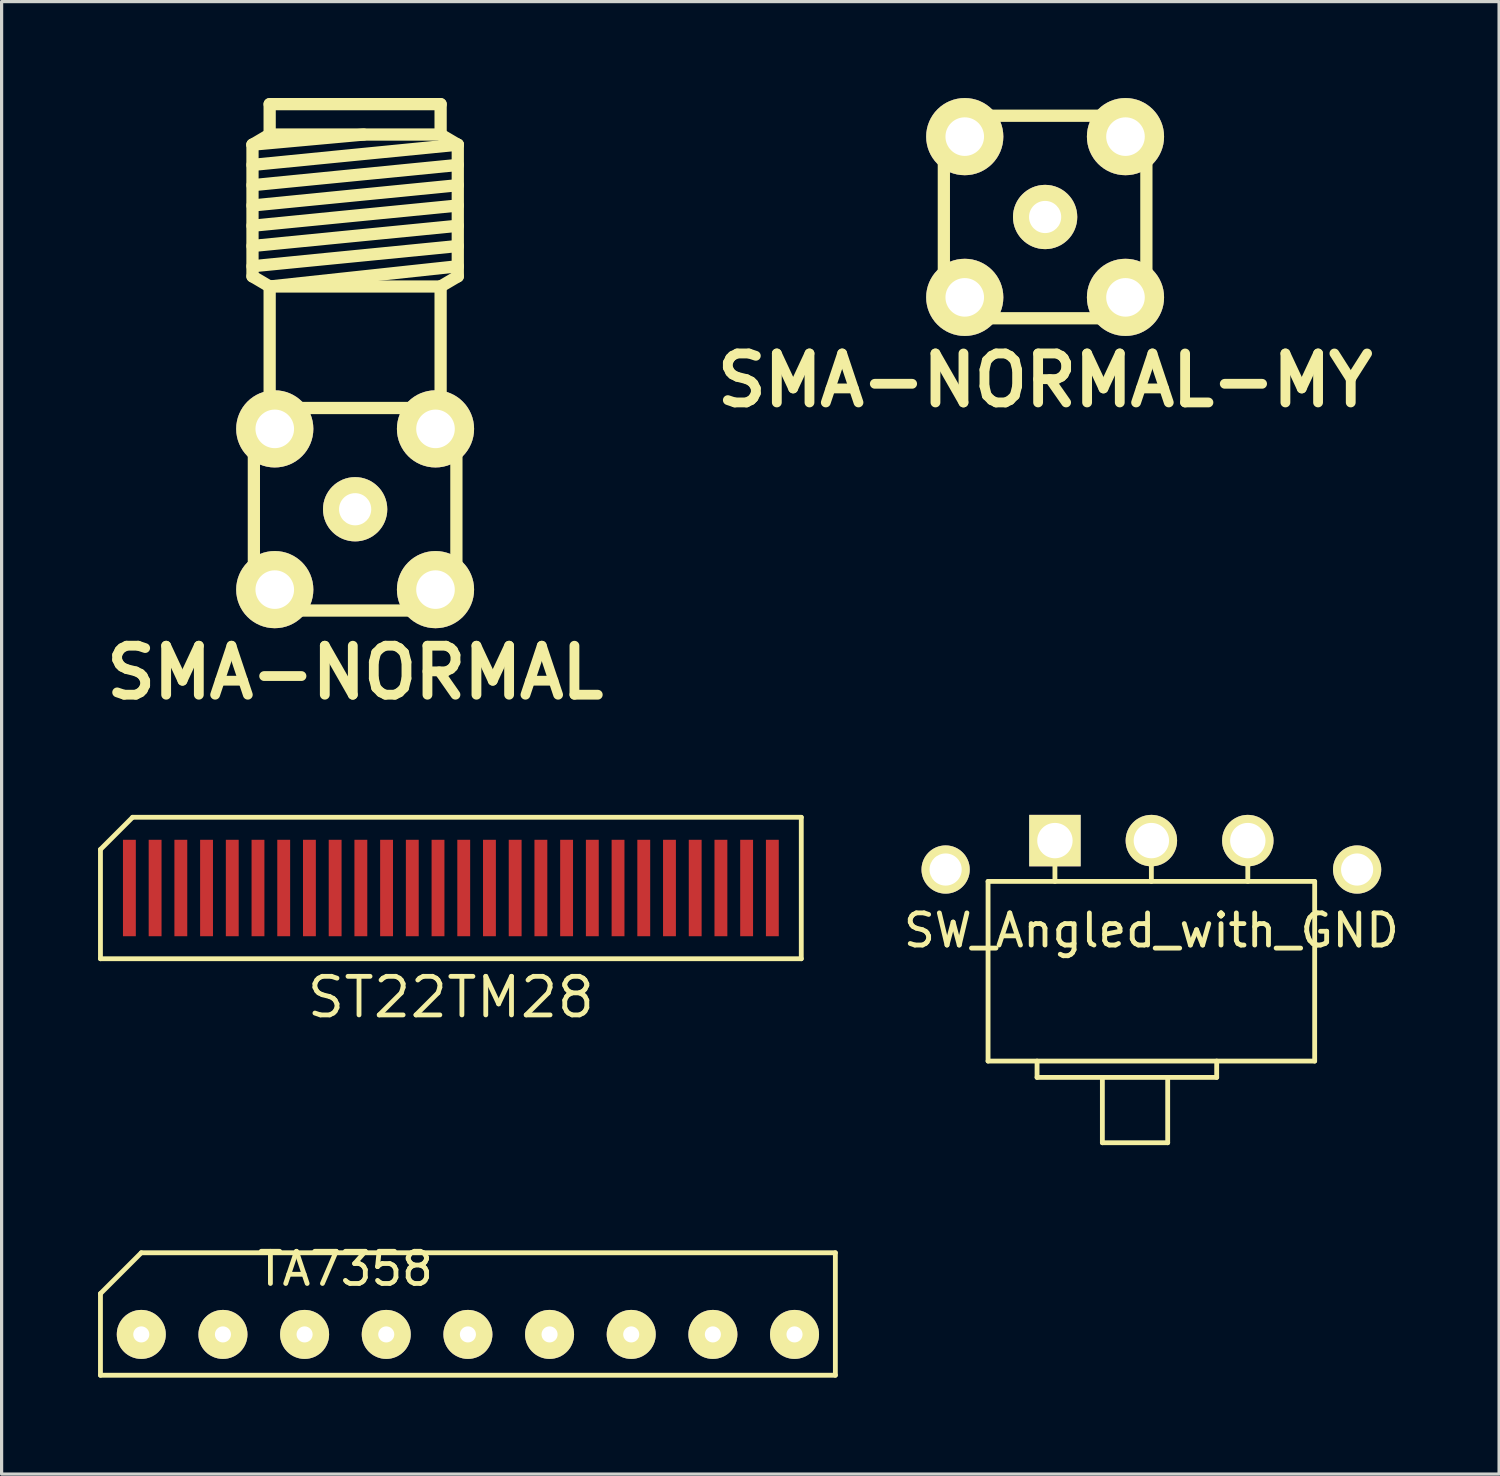
<source format=kicad_pcb>
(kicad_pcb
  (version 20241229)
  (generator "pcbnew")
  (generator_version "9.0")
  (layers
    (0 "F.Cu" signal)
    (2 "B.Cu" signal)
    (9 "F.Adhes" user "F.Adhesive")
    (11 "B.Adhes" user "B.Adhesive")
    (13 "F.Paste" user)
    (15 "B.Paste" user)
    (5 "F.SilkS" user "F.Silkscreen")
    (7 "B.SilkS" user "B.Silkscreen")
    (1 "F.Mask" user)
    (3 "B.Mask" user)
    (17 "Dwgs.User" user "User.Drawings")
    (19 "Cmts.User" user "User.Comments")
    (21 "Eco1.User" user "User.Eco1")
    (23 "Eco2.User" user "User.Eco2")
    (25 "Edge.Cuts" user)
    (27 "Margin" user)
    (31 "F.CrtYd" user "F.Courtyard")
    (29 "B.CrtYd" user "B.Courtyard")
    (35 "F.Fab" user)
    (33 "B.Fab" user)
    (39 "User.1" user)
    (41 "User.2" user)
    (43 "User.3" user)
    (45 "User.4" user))
  (footprint "SMA-NORMAL"
    (layer "F.Cu")
    (at 7.997 12.791)
    (property "Reference" "SMA-NORMAL" (at 0 5.08 0) (layer "F.SilkS") (effects (font (size 1.524 1.524) (thickness 0.305))))
    (attr through_hole)
    (fp_line (start -3.193 -11.341) (end -2.659 -11.656) (stroke (width 0.381) (type solid)) (layer "F.SilkS"))
    (fp_line (start -3.193 -11.341) (end 0.267 -11.656) (stroke (width 0.381) (type solid)) (layer "F.SilkS"))
    (fp_line (start -3.193 -10.711) (end 3.193 -11.341) (stroke (width 0.381) (type solid)) (layer "F.SilkS"))
    (fp_line (start -3.193 -10.081) (end 3.193 -10.711) (stroke (width 0.381) (type solid)) (layer "F.SilkS"))
    (fp_line (start -3.193 -9.449) (end 3.193 -10.081) (stroke (width 0.381) (type solid)) (layer "F.SilkS"))
    (fp_line (start -3.193 -8.819) (end 3.193 -9.449) (stroke (width 0.381) (type solid)) (layer "F.SilkS"))
    (fp_line (start -3.193 -8.189) (end 3.193 -8.819) (stroke (width 0.381) (type solid)) (layer "F.SilkS"))
    (fp_line (start -3.193 -7.559) (end 3.193 -8.189) (stroke (width 0.381) (type solid)) (layer "F.SilkS"))
    (fp_line (start -3.193 -7.244) (end -3.193 -11.341) (stroke (width 0.381) (type solid)) (layer "F.SilkS"))
    (fp_line (start -3.15 -3.15) (end 3.15 -3.15) (stroke (width 0.381) (type solid)) (layer "F.SilkS"))
    (fp_line (start -3.15 3.15) (end -3.15 -3.15) (stroke (width 0.381) (type solid)) (layer "F.SilkS"))
    (fp_line (start -2.659 -11.656) (end -2.659 -12.601) (stroke (width 0.381) (type solid)) (layer "F.SilkS"))
    (fp_line (start -2.659 -11.656) (end 2.659 -11.656) (stroke (width 0.381) (type solid)) (layer "F.SilkS"))
    (fp_line (start -2.659 -6.929) (end -3.193 -7.244) (stroke (width 0.381) (type solid)) (layer "F.SilkS"))
    (fp_line (start -2.659 -3.15) (end -2.659 -6.929) (stroke (width 0.381) (type solid)) (layer "F.SilkS"))
    (fp_line (start 2.659 -12.601) (end -2.659 -12.601) (stroke (width 0.381) (type solid)) (layer "F.SilkS"))
    (fp_line (start 2.659 -11.656) (end 2.659 -12.601) (stroke (width 0.381) (type solid)) (layer "F.SilkS"))
    (fp_line (start 2.659 -11.656) (end 3.193 -11.341) (stroke (width 0.381) (type solid)) (layer "F.SilkS"))
    (fp_line (start 2.659 -6.929) (end -2.659 -6.929) (stroke (width 0.381) (type solid)) (layer "F.SilkS"))
    (fp_line (start 2.659 -3.15) (end 2.659 -6.929) (stroke (width 0.381) (type solid)) (layer "F.SilkS"))
    (fp_line (start 3.15 -3.15) (end 3.15 3.15) (stroke (width 0.381) (type solid)) (layer "F.SilkS"))
    (fp_line (start 3.15 3.15) (end -3.15 3.15) (stroke (width 0.381) (type solid)) (layer "F.SilkS"))
    (fp_line (start 3.193 -11.341) (end 3.193 -7.244) (stroke (width 0.381) (type solid)) (layer "F.SilkS"))
    (fp_line (start 3.193 -7.559) (end -2.659 -6.929) (stroke (width 0.381) (type solid)) (layer "F.SilkS"))
    (fp_line (start 3.193 -7.244) (end 2.659 -6.929) (stroke (width 0.381) (type solid)) (layer "F.SilkS"))
    (pad "1" thru_hole circle (at 0 0) (size 1.999 1.999) (drill 1.001) (layers "*.Cu" "*.Mask" "F.SilkS"))
    (pad "2" thru_hole circle (at -2.5 -2.5) (size 2.4 2.4) (drill 1.2) (layers "*.Cu" "*.Mask" "F.SilkS"))
    (pad "2" thru_hole circle (at -2.5 2.5) (size 2.4 2.4) (drill 1.2) (layers "*.Cu" "*.Mask" "F.SilkS"))
    (pad "2" thru_hole circle (at 2.5 -2.5) (size 2.4 2.4) (drill 1.2) (layers "*.Cu" "*.Mask" "F.SilkS"))
    (pad "2" thru_hole circle (at 2.5 2.5) (size 2.4 2.4) (drill 1.2) (layers "*.Cu" "*.Mask" "F.SilkS")))
  (footprint "SMA-NORMAL-MY"
    (layer "F.Cu")
    (at 29.46 3.7)
    (property "Reference" "SMA-NORMAL-MY" (at 0 5.08 0) (layer "F.SilkS") (effects (font (size 1.524 1.524) (thickness 0.305))))
    (attr through_hole)
    (fp_line (start -3.15 -3.15) (end 3.15 -3.15) (stroke (width 0.381) (type solid)) (layer "F.SilkS"))
    (fp_line (start -3.15 3.15) (end -3.15 -3.15) (stroke (width 0.381) (type solid)) (layer "F.SilkS"))
    (fp_line (start 3.15 -3.15) (end 3.15 3.15) (stroke (width 0.381) (type solid)) (layer "F.SilkS"))
    (fp_line (start 3.15 3.15) (end -3.15 3.15) (stroke (width 0.381) (type solid)) (layer "F.SilkS"))
    (pad "1" thru_hole circle (at 0 0) (size 1.999 1.999) (drill 1.001) (layers "*.Cu" "*.Mask" "F.SilkS"))
    (pad "2" thru_hole circle (at -2.5 -2.5) (size 2.4 2.4) (drill 1.2) (layers "*.Cu" "*.Mask" "F.SilkS"))
    (pad "2" thru_hole circle (at -2.5 2.5) (size 2.4 2.4) (drill 1.2) (layers "*.Cu" "*.Mask" "F.SilkS"))
    (pad "2" thru_hole circle (at 2.5 -2.5) (size 2.4 2.4) (drill 1.2) (layers "*.Cu" "*.Mask" "F.SilkS"))
    (pad "2" thru_hole circle (at 2.5 2.5) (size 2.4 2.4) (drill 1.2) (layers "*.Cu" "*.Mask" "F.SilkS")))
  (footprint "ST22TM28"
    (layer "F.Cu")
    (at 10.975 24.573)
    (property "Reference" "ST22TM28" (at 0 3.4 0) (layer "F.SilkS") (effects (font (size 1.2 1.2) (thickness 0.15))))
    (attr through_hole)
    (fp_line (start -10.9 -1.2) (end -10.9 2.2) (stroke (width 0.15) (type solid)) (layer "F.SilkS"))
    (fp_line (start -10.9 2.2) (end 10.9 2.2) (stroke (width 0.15) (type solid)) (layer "F.SilkS"))
    (fp_line (start -9.9 -2.2) (end -10.9 -1.2) (stroke (width 0.15) (type solid)) (layer "F.SilkS"))
    (fp_line (start 10.9 -2.2) (end -9.9 -2.2) (stroke (width 0.15) (type solid)) (layer "F.SilkS"))
    (fp_line (start 10.9 2.2) (end 10.9 -2.2) (stroke (width 0.15) (type solid)) (layer "F.SilkS"))
    (pad "1" smd rect (at -10 0) (size 0.4 3) (layers "F.Cu" "F.Mask" "F.Paste"))
    (pad "2" smd rect (at -9.2 0) (size 0.4 3) (layers "F.Cu" "F.Mask" "F.Paste"))
    (pad "3" smd rect (at -8.4 0) (size 0.4 3) (layers "F.Cu" "F.Mask" "F.Paste"))
    (pad "4" smd rect (at -7.6 0) (size 0.4 3) (layers "F.Cu" "F.Mask" "F.Paste"))
    (pad "5" smd rect (at -6.8 0) (size 0.4 3) (layers "F.Cu" "F.Mask" "F.Paste"))
    (pad "6" smd rect (at -6 0) (size 0.4 3) (layers "F.Cu" "F.Mask" "F.Paste"))
    (pad "7" smd rect (at -5.2 0) (size 0.4 3) (layers "F.Cu" "F.Mask" "F.Paste"))
    (pad "8" smd rect (at -4.4 0) (size 0.4 3) (layers "F.Cu" "F.Mask" "F.Paste"))
    (pad "9" smd rect (at -3.6 0) (size 0.4 3) (layers "F.Cu" "F.Mask" "F.Paste"))
    (pad "10" smd rect (at -2.8 0) (size 0.4 3) (layers "F.Cu" "F.Mask" "F.Paste"))
    (pad "11" smd rect (at -2 0) (size 0.4 3) (layers "F.Cu" "F.Mask" "F.Paste"))
    (pad "12" smd rect (at -1.2 0) (size 0.4 3) (layers "F.Cu" "F.Mask" "F.Paste"))
    (pad "13" smd rect (at -0.4 0) (size 0.4 3) (layers "F.Cu" "F.Mask" "F.Paste"))
    (pad "14" smd rect (at 0.4 0) (size 0.4 3) (layers "F.Cu" "F.Mask" "F.Paste"))
    (pad "15" smd rect (at 1.2 0) (size 0.4 3) (layers "F.Cu" "F.Mask" "F.Paste"))
    (pad "16" smd rect (at 2 0) (size 0.4 3) (layers "F.Cu" "F.Mask" "F.Paste"))
    (pad "17" smd rect (at 2.8 0) (size 0.4 3) (layers "F.Cu" "F.Mask" "F.Paste"))
    (pad "18" smd rect (at 3.6 0) (size 0.4 3) (layers "F.Cu" "F.Mask" "F.Paste"))
    (pad "19" smd rect (at 4.4 0) (size 0.4 3) (layers "F.Cu" "F.Mask" "F.Paste"))
    (pad "20" smd rect (at 5.2 0) (size 0.4 3) (layers "F.Cu" "F.Mask" "F.Paste"))
    (pad "21" smd rect (at 6 0) (size 0.4 3) (layers "F.Cu" "F.Mask" "F.Paste"))
    (pad "22" smd rect (at 6.8 0) (size 0.4 3) (layers "F.Cu" "F.Mask" "F.Paste"))
    (pad "23" smd rect (at 7.6 0) (size 0.4 3) (layers "F.Cu" "F.Mask" "F.Paste"))
    (pad "24" smd rect (at 8.4 0) (size 0.4 3) (layers "F.Cu" "F.Mask" "F.Paste"))
    (pad "25" smd rect (at 9.2 0) (size 0.4 3) (layers "F.Cu" "F.Mask" "F.Paste"))
    (pad "26" smd rect (at 10 0) (size 0.4 3) (layers "F.Cu" "F.Mask" "F.Paste")))
  (footprint "TA7358"
    (layer "F.Cu")
    (at 8.965 38.459)
    (property "Reference" "TA7358" (at -1.27 -2.04 0) (layer "F.SilkS") (effects (font (size 1 1) (thickness 0.15))))
    (attr through_hole)
    (fp_line (start -8.89 -1.27) (end -7.62 -2.54) (stroke (width 0.15) (type solid)) (layer "F.SilkS"))
    (fp_line (start -8.89 1.27) (end -8.89 -1.27) (stroke (width 0.15) (type solid)) (layer "F.SilkS"))
    (fp_line (start -7.62 -2.54) (end 13.97 -2.54) (stroke (width 0.15) (type solid)) (layer "F.SilkS"))
    (fp_line (start 13.97 -2.54) (end 13.97 1.27) (stroke (width 0.15) (type solid)) (layer "F.SilkS"))
    (fp_line (start 13.97 1.27) (end -8.89 1.27) (stroke (width 0.15) (type solid)) (layer "F.SilkS"))
    (pad "1" thru_hole circle (at -7.62 0) (size 1.524 1.524) (drill 0.5) (layers "*.Cu" "*.Mask" "F.SilkS"))
    (pad "2" thru_hole circle (at -5.08 0) (size 1.524 1.524) (drill 0.5) (layers "*.Cu" "*.Mask" "F.SilkS"))
    (pad "3" thru_hole circle (at -2.54 0) (size 1.524 1.524) (drill 0.5) (layers "*.Cu" "*.Mask" "F.SilkS"))
    (pad "4" thru_hole circle (at 0 0) (size 1.524 1.524) (drill 0.5) (layers "*.Cu" "*.Mask" "F.SilkS"))
    (pad "5" thru_hole circle (at 2.54 0) (size 1.524 1.524) (drill 0.5) (layers "*.Cu" "*.Mask" "F.SilkS"))
    (pad "6" thru_hole circle (at 5.08 0) (size 1.524 1.524) (drill 0.5) (layers "*.Cu" "*.Mask" "F.SilkS"))
    (pad "7" thru_hole circle (at 7.62 0) (size 1.524 1.524) (drill 0.5) (layers "*.Cu" "*.Mask" "F.SilkS"))
    (pad "8" thru_hole circle (at 10.16 0) (size 1.524 1.524) (drill 0.5) (layers "*.Cu" "*.Mask" "F.SilkS"))
    (pad "9" thru_hole circle (at 12.7 0) (size 1.524 1.524) (drill 0.5) (layers "*.Cu" "*.Mask" "F.SilkS")))
  (footprint "SW_Angled_with_GND"
    (layer "F.Cu")
    (at 32.765 23.098)
    (property "Reference" "SW_Angled_with_GND" (at 0 2.794 0) (layer "F.SilkS") (effects (font (size 1 1) (thickness 0.15))))
    (attr through_hole)
    (fp_line (start -5.08 1.27) (end -5.08 6.858) (stroke (width 0.15) (type solid)) (layer "F.SilkS"))
    (fp_line (start -5.08 1.27) (end 5.08 1.27) (stroke (width 0.15) (type solid)) (layer "F.SilkS"))
    (fp_line (start -3.556 6.858) (end -3.556 7.366) (stroke (width 0.15) (type solid)) (layer "F.SilkS"))
    (fp_line (start -3.556 7.366) (end 2.032 7.366) (stroke (width 0.15) (type solid)) (layer "F.SilkS"))
    (fp_line (start -3 0) (end -3 1.27) (stroke (width 0.15) (type solid)) (layer "F.SilkS"))
    (fp_line (start -1.524 7.366) (end -1.524 9.398) (stroke (width 0.15) (type solid)) (layer "F.SilkS"))
    (fp_line (start -1.524 9.398) (end 0.508 9.398) (stroke (width 0.15) (type solid)) (layer "F.SilkS"))
    (fp_line (start 0 0) (end 0 1.27) (stroke (width 0.15) (type solid)) (layer "F.SilkS"))
    (fp_line (start 0.508 7.366) (end 0.508 9.398) (stroke (width 0.15) (type solid)) (layer "F.SilkS"))
    (fp_line (start 2.032 7.366) (end 2.032 6.858) (stroke (width 0.15) (type solid)) (layer "F.SilkS"))
    (fp_line (start 3 0) (end 3 1.27) (stroke (width 0.15) (type solid)) (layer "F.SilkS"))
    (fp_line (start 5.08 1.27) (end 5.08 6.858) (stroke (width 0.15) (type solid)) (layer "F.SilkS"))
    (fp_line (start 5.08 6.858) (end -5.08 6.858) (stroke (width 0.15) (type solid)) (layer "F.SilkS"))
    (pad "1" thru_hole rect (at -3 0) (size 1.6 1.6) (drill 1.1) (layers "*.Cu" "*.Mask" "F.SilkS"))
    (pad "2" thru_hole circle (at 0 0) (size 1.6 1.6) (drill 1.1) (layers "*.Cu" "*.Mask" "F.SilkS"))
    (pad "3" thru_hole circle (at 3 0) (size 1.6 1.6) (drill 1.1) (layers "*.Cu" "*.Mask" "F.SilkS"))
    (pad "GND" thru_hole circle (at -6.4 0.9) (size 1.5 1.5) (drill 1) (layers "*.Cu" "*.Mask" "F.SilkS"))
    (pad "GND" thru_hole circle (at 6.4 0.9) (size 1.5 1.5) (drill 1) (layers "*.Cu" "*.Mask" "F.SilkS")))
  (gr_rect
    (start -3 -3)
    (end 43.581 42.804)
    (stroke (width 0.1) (type default))
    (fill no)
    (layer "Edge.Cuts")))
</source>
